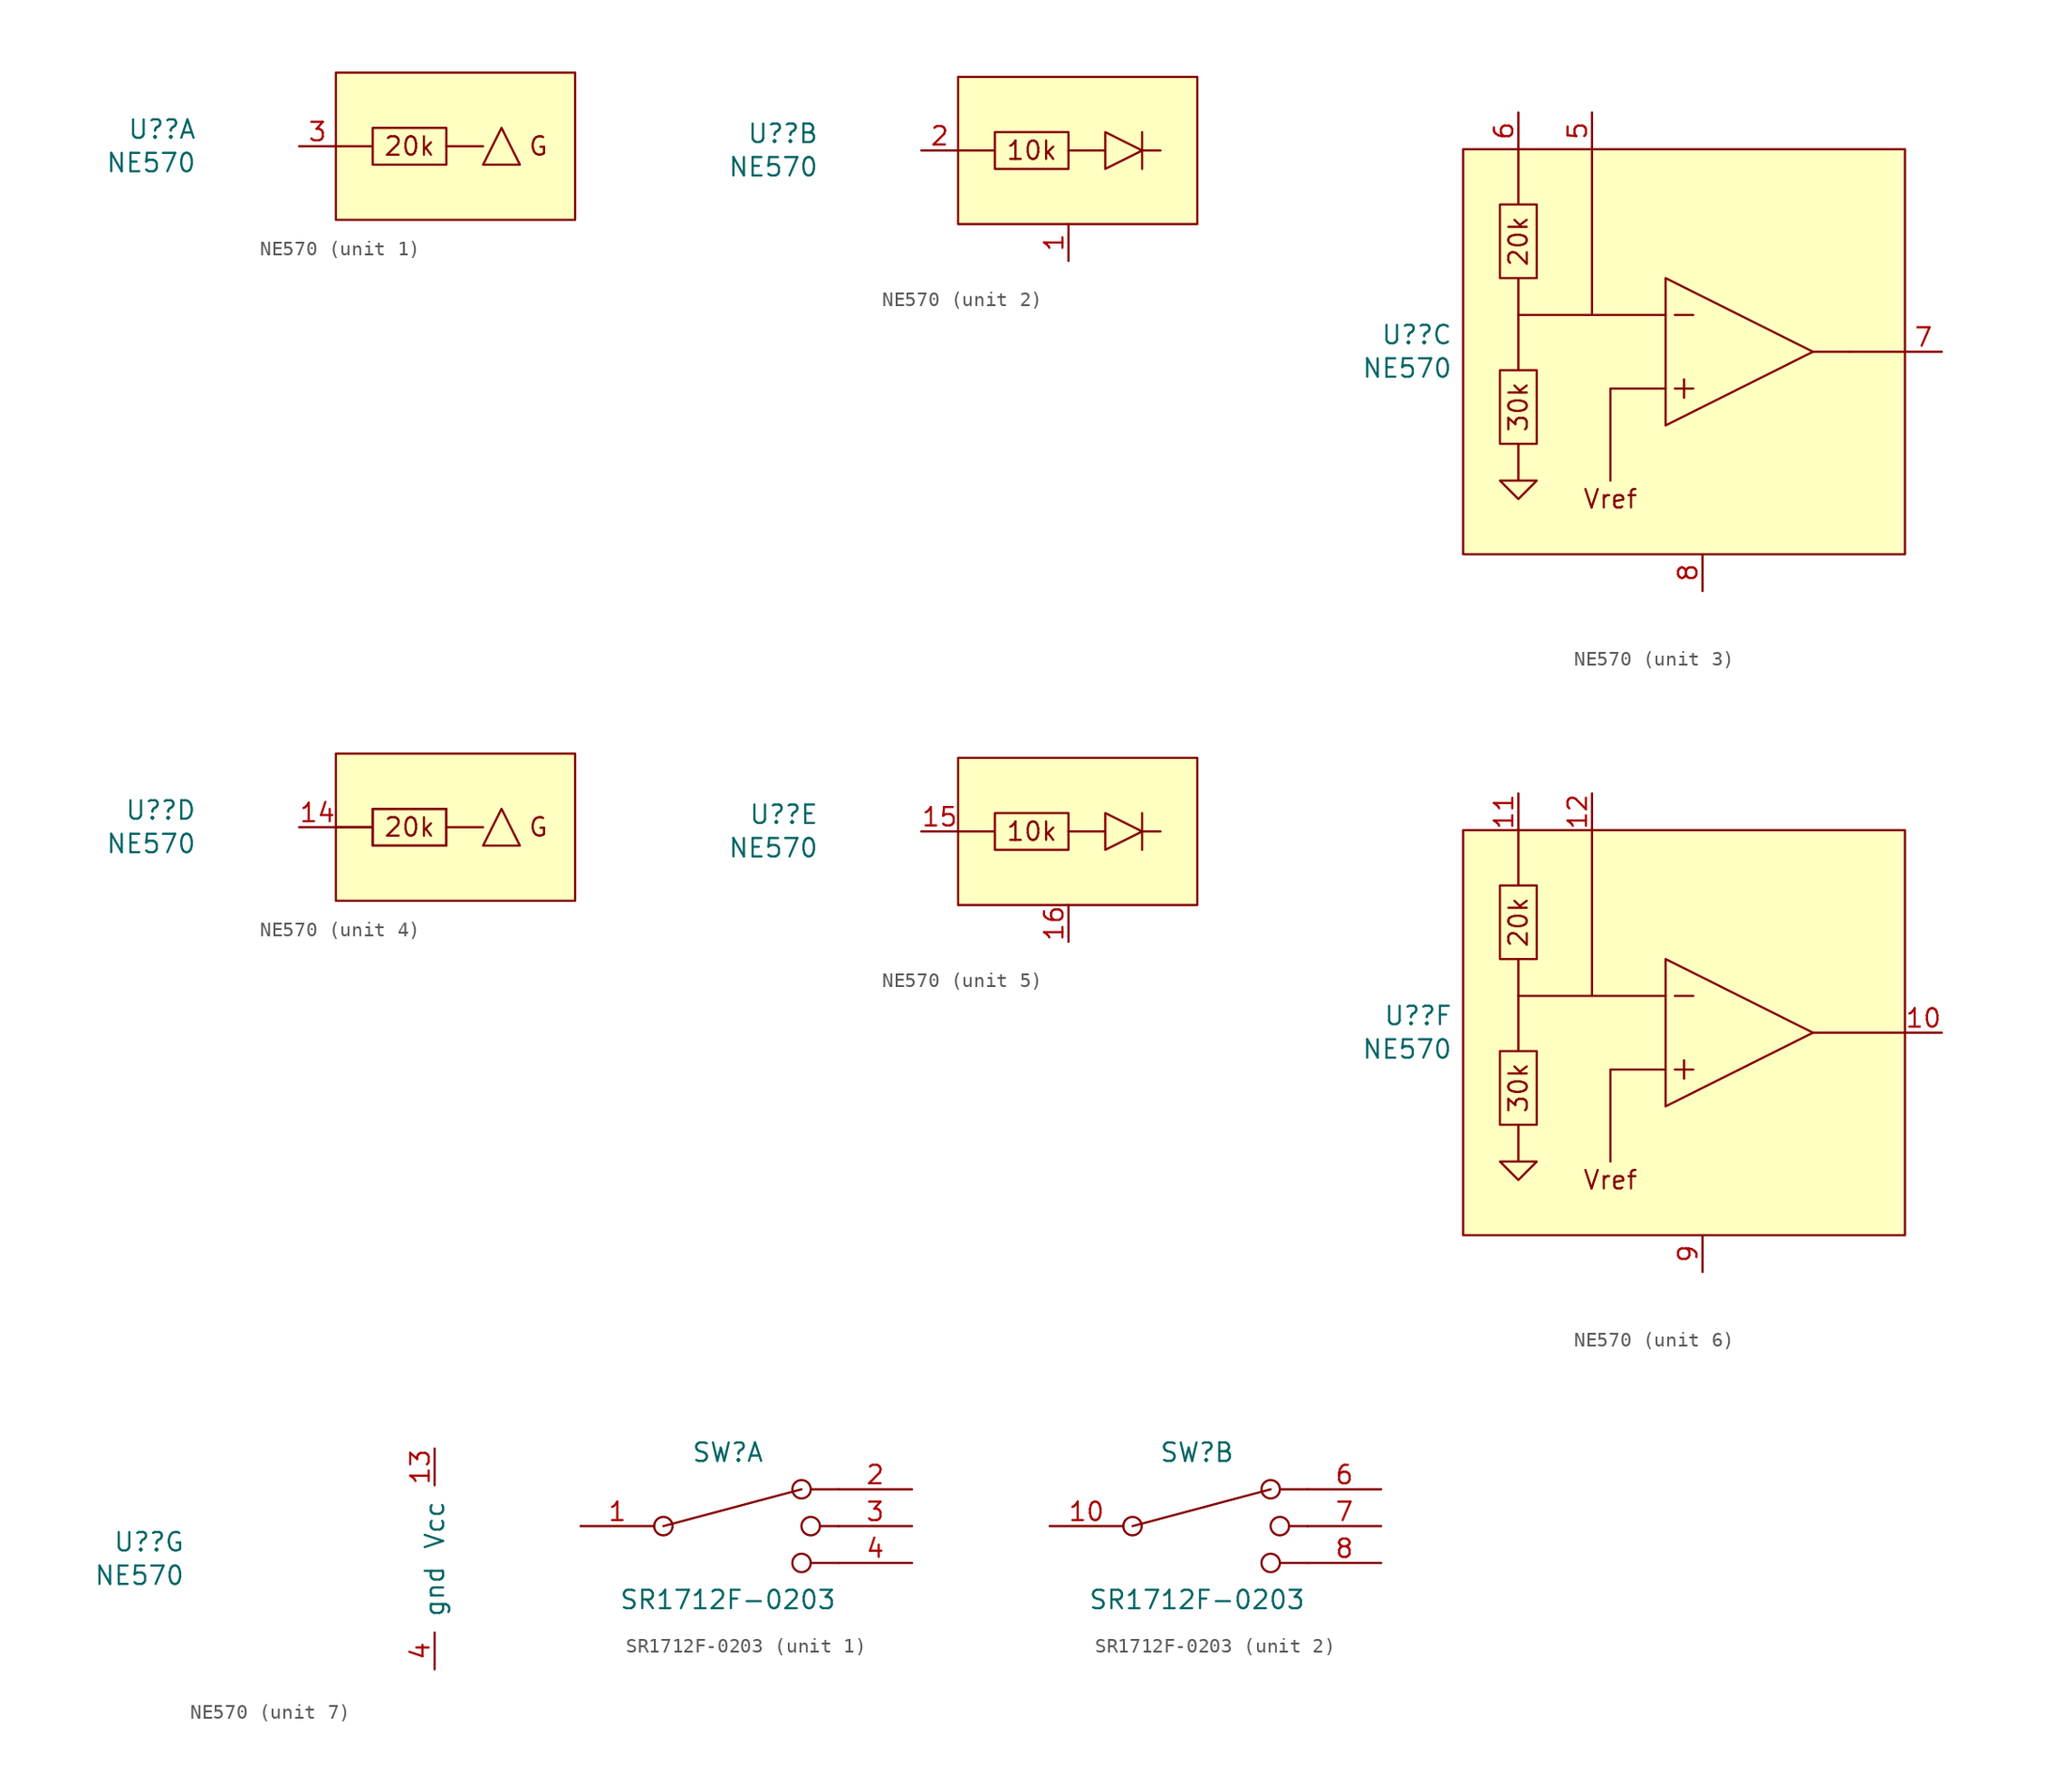
<source format=kicad_sym>
(kicad_symbol_lib
  (version 20211014)
  (generator kicad_symbol_editor)
  (symbol "NE570"
    (pin_names
      (offset 1.016))
    (property "Reference" "U?"
      (at -17.221 1.168 0)
      (effects (font (size 1.27 1.27)) (justify right)))
    (property "Value" "NE570"
      (at -17.221 -1.143 0)
      (effects (font (size 1.27 1.27)) (justify right)))
    (property "ki_locked" ""
      (at 0 0 0)
      (effects (font (size 1.27 1.27))))
    (symbol "NE570_1_0"
      (polyline (pts (xy 0 0) (xy 2.54 0)) (stroke (width 0) (type default) (color 0 0 0 0)) (fill (type none)))
      (text "20k" (at -2.54 0 0) (effects (font (size 1.27 1.27)))))
    (symbol "NE570_1_1"
      (rectangle (start -7.62 5.08) (end 8.89 -5.08) (stroke (width 0) (type default) (color 0 0 0 0)) (fill (type background)))
      (polyline (pts (xy 2.54 -1.27) (xy 3.81 1.27) (xy 5.08 -1.27) (xy 2.54 -1.27)) (stroke (width 0) (type default) (color 0 0 0 0)) (fill (type none)))
      (polyline (pts (xy -7.62 0) (xy -5.08 0) (xy -5.08 1.27) (xy 0 1.27) (xy 0 -1.27) (xy -5.08 -1.27) (xy -5.08 0)) (stroke (width 0) (type default) (color 0 0 0 0)) (fill (type none)))
      (text "G" (at 6.35 0 0) (effects (font (size 1.27 1.27))))
      (pin input line (at -10.16 0 0) (length 2.54) (name "~" (effects (font (size 1.27 1.27)))) (number "3" (effects (font (size 1.27 1.27))))))
    (symbol "NE570_2_1"
      (rectangle (start -7.62 5.08) (end 8.89 -5.08) (stroke (width 0) (type default) (color 0 0 0 0)) (fill (type background)))
      (polyline (pts (xy 5.08 0) (xy 6.35 0)) (stroke (width 0) (type default) (color 0 0 0 0)) (fill (type none)))
      (polyline (pts (xy 5.08 1.27) (xy 5.08 -1.27)) (stroke (width 0) (type default) (color 0 0 0 0)) (fill (type none)))
      (polyline (pts (xy 0 0) (xy 2.54 0) (xy 2.54 1.27) (xy 5.08 0) (xy 2.54 -1.27) (xy 2.54 0) (xy 2.54 -1.27)) (stroke (width 0) (type default) (color 0 0 0 0)) (fill (type none)))
      (polyline (pts (xy -7.62 0) (xy -5.08 0) (xy -5.08 1.27) (xy -1.27 1.27) (xy 0 1.27) (xy 0 -1.27) (xy -5.08 -1.27) (xy -5.08 0)) (stroke (width 0) (type default) (color 0 0 0 0)) (fill (type none)))
      (text "10k" (at -2.54 0 0) (effects (font (size 1.27 1.27))))
      (pin input line (at 0 -7.62 90) (length 2.54) (name "~" (effects (font (size 1.27 1.27)))) (number "1" (effects (font (size 1.27 1.27)))))
      (pin input line (at -10.16 0 0) (length 2.54) (name "~" (effects (font (size 1.27 1.27)))) (number "2" (effects (font (size 1.27 1.27))))))
    (symbol "NE570_3_1"
      (rectangle (start -16.51 -13.97) (end 13.97 13.97) (stroke (width 0) (type default) (color 0 0 0 0)) (fill (type background)))
      (polyline (pts (xy -12.7 10.16) (xy -12.7 13.97)) (stroke (width 0) (type default) (color 0 0 0 0)) (fill (type none)))
      (polyline (pts (xy -7.62 2.54) (xy -7.62 13.97)) (stroke (width 0) (type default) (color 0 0 0 0)) (fill (type none)))
      (polyline (pts (xy -1.905 -2.54) (xy -0.635 -2.54)) (stroke (width 0) (type default) (color 0 0 0 0)) (fill (type none)))
      (polyline (pts (xy -1.905 2.54) (xy -0.635 2.54)) (stroke (width 0) (type default) (color 0 0 0 0)) (fill (type none)))
      (polyline (pts (xy -1.27 -3.175) (xy -1.27 -1.905)) (stroke (width 0) (type default) (color 0 0 0 0)) (fill (type none)))
      (polyline (pts (xy 7.62 0) (xy 10.16 0)) (stroke (width 0) (type default) (color 0 0 0 0)) (fill (type none)))
      (polyline (pts (xy 10.16 0) (xy 13.97 0)) (stroke (width 0) (type default) (color 0 0 0 0)) (fill (type none)))
      (polyline (pts (xy -2.54 -2.54) (xy -6.35 -2.54) (xy -6.35 -8.89)) (stroke (width 0) (type default) (color 0 0 0 0)) (fill (type none)))
      (polyline (pts (xy -2.54 5.08) (xy -2.54 -5.08) (xy 7.62 0) (xy -2.54 5.08)) (stroke (width 0) (type default) (color 0 0 0 0)) (fill (type none)))
      (polyline (pts (xy -12.7 -6.35) (xy -12.7 -8.89) (xy -13.97 -8.89) (xy -12.7 -10.16) (xy -11.43 -8.89) (xy -12.7 -8.89)) (stroke (width 0) (type default) (color 0 0 0 0)) (fill (type none)))
      (polyline (pts (xy -12.7 2.54) (xy -12.7 5.08) (xy -13.97 5.08) (xy -13.97 10.16) (xy -11.43 10.16) (xy -11.43 5.08) (xy -12.7 5.08)) (stroke (width 0) (type default) (color 0 0 0 0)) (fill (type none)))
      (polyline (pts (xy -2.54 2.54) (xy -12.7 2.54) (xy -12.7 -1.27) (xy -13.97 -1.27) (xy -13.97 -6.35) (xy -11.43 -6.35) (xy -11.43 -1.27) (xy -12.7 -1.27)) (stroke (width 0) (type default) (color 0 0 0 0)) (fill (type none)))
      (text "20k" (at -12.7 7.62 900) (effects (font (size 1.27 1.27))))
      (text "30k" (at -12.7 -3.81 900) (effects (font (size 1.27 1.27))))
      (text "Vref" (at -6.35 -10.16 0) (effects (font (size 1.27 1.27))))
      (pin input line (at -7.62 16.51 270) (length 2.54) (name "~" (effects (font (size 1.27 1.27)))) (number "5" (effects (font (size 1.27 1.27)))))
      (pin input line (at -12.7 16.51 270) (length 2.54) (name "~" (effects (font (size 1.27 1.27)))) (number "6" (effects (font (size 1.27 1.27)))))
      (pin output line (at 16.51 0 180) (length 2.54) (name "~" (effects (font (size 1.27 1.27)))) (number "7" (effects (font (size 1.27 1.27)))))
      (pin input line (at 0 -16.51 90) (length 2.54) (name "~" (effects (font (size 1.27 1.27)))) (number "8" (effects (font (size 1.27 1.27))))))
    (symbol "NE570_4_0"
      (polyline (pts (xy -7.62 0) (xy -5.08 0) (xy -5.08 1.27) (xy 0 1.27) (xy 0 -1.27) (xy -5.08 -1.27) (xy -5.08 0)) (stroke (width 0) (type default) (color 0 0 0 0)) (fill (type none))))
    (symbol "NE570_4_1"
      (rectangle (start -7.62 5.08) (end 8.89 -5.08) (stroke (width 0) (type default) (color 0 0 0 0)) (fill (type background)))
      (polyline (pts (xy 0 0) (xy 2.54 0)) (stroke (width 0) (type default) (color 0 0 0 0)) (fill (type none)))
      (polyline (pts (xy 2.54 -1.27) (xy 3.81 1.27) (xy 5.08 -1.27) (xy 2.54 -1.27)) (stroke (width 0) (type default) (color 0 0 0 0)) (fill (type none)))
      (polyline (pts (xy -7.62 0) (xy -5.08 0) (xy -5.08 1.27) (xy 0 1.27) (xy 0 -1.27) (xy -5.08 -1.27) (xy -5.08 0)) (stroke (width 0) (type default) (color 0 0 0 0)) (fill (type none)))
      (text "20k" (at -2.54 0 0) (effects (font (size 1.27 1.27))))
      (text "G" (at 6.35 0 0) (effects (font (size 1.27 1.27))))
      (pin input line (at -10.16 0 0) (length 2.54) (name "~" (effects (font (size 1.27 1.27)))) (number "14" (effects (font (size 1.27 1.27))))))
    (symbol "NE570_5_1"
      (rectangle (start -7.62 5.08) (end 8.89 -5.08) (stroke (width 0) (type default) (color 0 0 0 0)) (fill (type background)))
      (polyline (pts (xy 5.08 0) (xy 6.35 0)) (stroke (width 0) (type default) (color 0 0 0 0)) (fill (type none)))
      (polyline (pts (xy 5.08 1.27) (xy 5.08 -1.27)) (stroke (width 0) (type default) (color 0 0 0 0)) (fill (type none)))
      (polyline (pts (xy 0 0) (xy 2.54 0) (xy 2.54 1.27) (xy 5.08 0) (xy 2.54 -1.27) (xy 2.54 0) (xy 2.54 -1.27)) (stroke (width 0) (type default) (color 0 0 0 0)) (fill (type none)))
      (polyline (pts (xy -7.62 0) (xy -5.08 0) (xy -5.08 1.27) (xy -1.27 1.27) (xy 0 1.27) (xy 0 -1.27) (xy -5.08 -1.27) (xy -5.08 0)) (stroke (width 0) (type default) (color 0 0 0 0)) (fill (type none)))
      (text "10k" (at -2.54 0 0) (effects (font (size 1.27 1.27))))
      (pin input line (at -10.16 0 0) (length 2.54) (name "~" (effects (font (size 1.27 1.27)))) (number "15" (effects (font (size 1.27 1.27)))))
      (pin input line (at 0 -7.62 90) (length 2.54) (name "~" (effects (font (size 1.27 1.27)))) (number "16" (effects (font (size 1.27 1.27))))))
    (symbol "NE570_6_1"
      (rectangle (start -16.51 -13.97) (end 13.97 13.97) (stroke (width 0) (type default) (color 0 0 0 0)) (fill (type background)))
      (polyline (pts (xy -12.7 10.16) (xy -12.7 13.97)) (stroke (width 0) (type default) (color 0 0 0 0)) (fill (type none)))
      (polyline (pts (xy -7.62 2.54) (xy -7.62 13.97)) (stroke (width 0) (type default) (color 0 0 0 0)) (fill (type none)))
      (polyline (pts (xy -1.905 -2.54) (xy -0.635 -2.54)) (stroke (width 0) (type default) (color 0 0 0 0)) (fill (type none)))
      (polyline (pts (xy -1.905 2.54) (xy -0.635 2.54)) (stroke (width 0) (type default) (color 0 0 0 0)) (fill (type none)))
      (polyline (pts (xy -1.27 -3.175) (xy -1.27 -1.905)) (stroke (width 0) (type default) (color 0 0 0 0)) (fill (type none)))
      (polyline (pts (xy 7.62 0) (xy 13.97 0)) (stroke (width 0) (type default) (color 0 0 0 0)) (fill (type none)))
      (polyline (pts (xy -2.54 -2.54) (xy -6.35 -2.54) (xy -6.35 -8.89)) (stroke (width 0) (type default) (color 0 0 0 0)) (fill (type none)))
      (polyline (pts (xy -2.54 5.08) (xy -2.54 -5.08) (xy 7.62 0) (xy -2.54 5.08)) (stroke (width 0) (type default) (color 0 0 0 0)) (fill (type none)))
      (polyline (pts (xy -12.7 -6.35) (xy -12.7 -8.89) (xy -13.97 -8.89) (xy -12.7 -10.16) (xy -11.43 -8.89) (xy -12.7 -8.89)) (stroke (width 0) (type default) (color 0 0 0 0)) (fill (type none)))
      (polyline (pts (xy -12.7 2.54) (xy -12.7 5.08) (xy -13.97 5.08) (xy -13.97 10.16) (xy -11.43 10.16) (xy -11.43 5.08) (xy -12.7 5.08)) (stroke (width 0) (type default) (color 0 0 0 0)) (fill (type none)))
      (polyline (pts (xy -2.54 2.54) (xy -12.7 2.54) (xy -12.7 -1.27) (xy -13.97 -1.27) (xy -13.97 -6.35) (xy -11.43 -6.35) (xy -11.43 -1.27) (xy -12.7 -1.27)) (stroke (width 0) (type default) (color 0 0 0 0)) (fill (type none)))
      (text "20k" (at -12.7 7.62 900) (effects (font (size 1.27 1.27))))
      (text "30k" (at -12.7 -3.81 900) (effects (font (size 1.27 1.27))))
      (text "Vref" (at -6.35 -10.16 0) (effects (font (size 1.27 1.27))))
      (pin output line (at 16.51 0 180) (length 2.54) (name "~" (effects (font (size 1.27 1.27)))) (number "10" (effects (font (size 1.27 1.27)))))
      (pin input line (at -12.7 16.51 270) (length 2.54) (name "~" (effects (font (size 1.27 1.27)))) (number "11" (effects (font (size 1.27 1.27)))))
      (pin input line (at -7.62 16.51 270) (length 2.54) (name "~" (effects (font (size 1.27 1.27)))) (number "12" (effects (font (size 1.27 1.27)))))
      (pin input line (at 0 -16.51 90) (length 2.54) (name "~" (effects (font (size 1.27 1.27)))) (number "9" (effects (font (size 1.27 1.27))))))
    (symbol "NE570_7_1"
      (pin power_in line (at 0 7.62 270) (length 2.54) (name "Vcc" (effects (font (size 1.27 1.27)))) (number "13" (effects (font (size 1.27 1.27)))))
      (pin power_in line (at 0 -7.62 90) (length 2.54) (name "gnd" (effects (font (size 1.27 1.27)))) (number "4" (effects (font (size 1.27 1.27)))))))
  (symbol "SR1712F-0203"
    (pin_names
      (offset 1.016) hide)
    (property "Reference" "SW"
      (at 0 5.08 0)
      (effects (font (size 1.27 1.27))))
    (property "Value" "SR1712F-0203"
      (at 0 -5.08 0)
      (effects (font (size 1.27 1.27))))
    (property "ki_locked" ""
      (at 0 0 0)
      (effects (font (size 1.27 1.27))))
    (symbol "SR1712F-0203_0_0"
      (circle (center -4.445 0) (radius 0.635) (stroke (width 0) (type default) (color 0 0 0 0)) (fill (type none)))
      (polyline (pts (xy -4.445 0) (xy 5.08 2.54)) (stroke (width 0) (type default) (color 0 0 0 0)) (fill (type none)))
      (polyline (pts (xy 5.715 -2.54) (xy 7.62 -2.54)) (stroke (width 0) (type default) (color 0 0 0 0)) (fill (type none)))
      (polyline (pts (xy 5.715 2.54) (xy 7.62 2.54)) (stroke (width 0) (type default) (color 0 0 0 0)) (fill (type none)))
      (polyline (pts (xy 6.35 0) (xy 7.62 0)) (stroke (width 0) (type default) (color 0 0 0 0)) (fill (type none)))
      (circle (center 5.08 -2.54) (radius 0.635) (stroke (width 0) (type default) (color 0 0 0 0)) (fill (type none)))
      (circle (center 5.08 2.54) (radius 0.635) (stroke (width 0) (type default) (color 0 0 0 0)) (fill (type none)))
      (circle (center 5.715 0) (radius 0.635) (stroke (width 0) (type default) (color 0 0 0 0)) (fill (type none))))
    (symbol "SR1712F-0203_1_1"
      (pin passive line (at -10.16 0 0) (length 5.08) (name "1" (effects (font (size 1.27 1.27)))) (number "1" (effects (font (size 1.27 1.27)))))
      (pin passive line (at 12.7 2.54 180) (length 5.08) (name "2" (effects (font (size 1.27 1.27)))) (number "2" (effects (font (size 1.27 1.27)))))
      (pin passive line (at 12.7 0 180) (length 5.08) (name "3" (effects (font (size 1.27 1.27)))) (number "3" (effects (font (size 1.27 1.27)))))
      (pin passive line (at 12.7 -2.54 180) (length 5.08) (name "4" (effects (font (size 1.27 1.27)))) (number "4" (effects (font (size 1.27 1.27))))))
    (symbol "SR1712F-0203_2_1"
      (pin passive line (at -10.16 0 0) (length 5.08) (name "10" (effects (font (size 1.27 1.27)))) (number "10" (effects (font (size 1.27 1.27)))))
      (pin passive line (at 12.7 2.54 180) (length 5.08) (name "6" (effects (font (size 1.27 1.27)))) (number "6" (effects (font (size 1.27 1.27)))))
      (pin passive line (at 12.7 0 180) (length 5.08) (name "7" (effects (font (size 1.27 1.27)))) (number "7" (effects (font (size 1.27 1.27)))))
      (pin passive line (at 12.7 -2.54 180) (length 5.08) (name "8" (effects (font (size 1.27 1.27)))) (number "8" (effects (font (size 1.27 1.27))))))))
</source>
